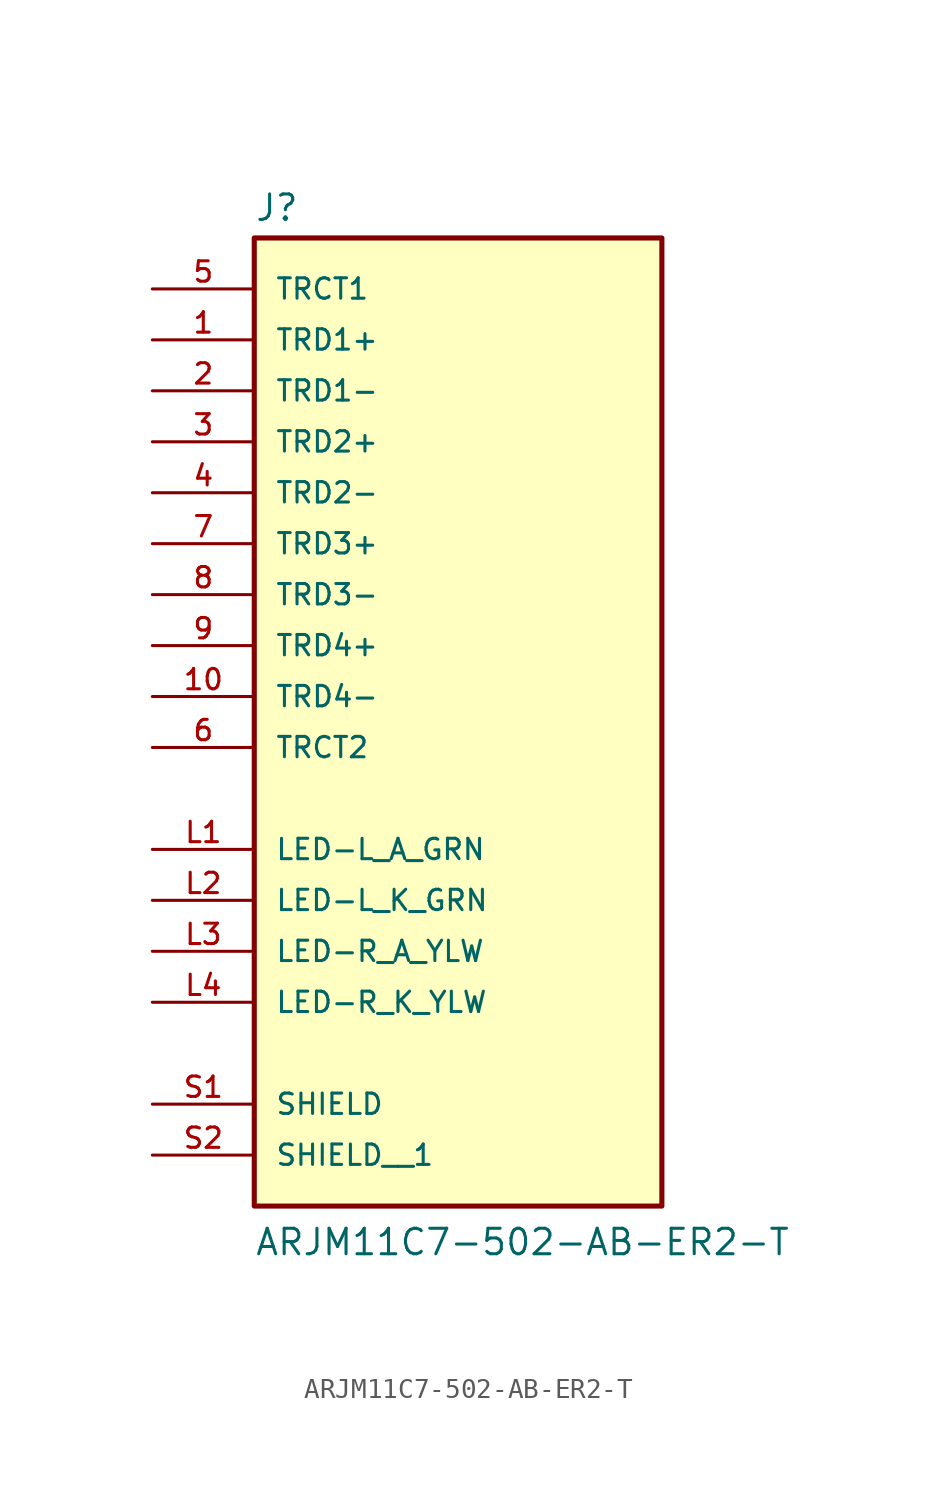
<source format=kicad_sym>
(kicad_symbol_lib
  (version 20211014)
  (generator kicad_symbol_editor)
  (symbol "ARJM11C7-502-AB-ER2-T"
    (pin_names
      (offset 1.016))
    (property "Reference" "J"
      (at -10.16 23.622 0)
      (effects (font (size 1.27 1.27)) (justify bottom left)))
    (property "Value" "ARJM11C7-502-AB-ER2-T"
      (at -10.16 -27.94 0)
      (effects (font (size 1.27 1.27)) (justify bottom left)))
    (symbol "ARJM11C7-502-AB-ER2-T_0_0"
      (rectangle (start -10.16 -25.4) (end 10.16 22.86) (stroke (width 0.254)) (fill (type background)))
      (pin passive line (at -15.24 20.32 0) (length 5.08) (name "TRCT1" (effects (font (size 1.016 1.016)))) (number "5" (effects (font (size 1.016 1.016)))))
      (pin passive line (at -15.24 17.78 0) (length 5.08) (name "TRD1+" (effects (font (size 1.016 1.016)))) (number "1" (effects (font (size 1.016 1.016)))))
      (pin passive line (at -15.24 15.24 0) (length 5.08) (name "TRD1-" (effects (font (size 1.016 1.016)))) (number "2" (effects (font (size 1.016 1.016)))))
      (pin passive line (at -15.24 12.7 0) (length 5.08) (name "TRD2+" (effects (font (size 1.016 1.016)))) (number "3" (effects (font (size 1.016 1.016)))))
      (pin passive line (at -15.24 10.16 0) (length 5.08) (name "TRD2-" (effects (font (size 1.016 1.016)))) (number "4" (effects (font (size 1.016 1.016)))))
      (pin passive line (at -15.24 7.62 0) (length 5.08) (name "TRD3+" (effects (font (size 1.016 1.016)))) (number "7" (effects (font (size 1.016 1.016)))))
      (pin passive line (at -15.24 5.08 0) (length 5.08) (name "TRD3-" (effects (font (size 1.016 1.016)))) (number "8" (effects (font (size 1.016 1.016)))))
      (pin passive line (at -15.24 2.54 0) (length 5.08) (name "TRD4+" (effects (font (size 1.016 1.016)))) (number "9" (effects (font (size 1.016 1.016)))))
      (pin passive line (at -15.24 0.0 0) (length 5.08) (name "TRD4-" (effects (font (size 1.016 1.016)))) (number "10" (effects (font (size 1.016 1.016)))))
      (pin passive line (at -15.24 -2.54 0) (length 5.08) (name "TRCT2" (effects (font (size 1.016 1.016)))) (number "6" (effects (font (size 1.016 1.016)))))
      (pin passive line (at -15.24 -20.32 0) (length 5.08) (name "SHIELD" (effects (font (size 1.016 1.016)))) (number "S1" (effects (font (size 1.016 1.016)))))
      (pin passive line (at -15.24 -7.62 0) (length 5.08) (name "LED-L_A_GRN" (effects (font (size 1.016 1.016)))) (number "L1" (effects (font (size 1.016 1.016)))))
      (pin passive line (at -15.24 -10.16 0) (length 5.08) (name "LED-L_K_GRN" (effects (font (size 1.016 1.016)))) (number "L2" (effects (font (size 1.016 1.016)))))
      (pin passive line (at -15.24 -12.7 0) (length 5.08) (name "LED-R_A_YLW" (effects (font (size 1.016 1.016)))) (number "L3" (effects (font (size 1.016 1.016)))))
      (pin passive line (at -15.24 -15.24 0) (length 5.08) (name "LED-R_K_YLW" (effects (font (size 1.016 1.016)))) (number "L4" (effects (font (size 1.016 1.016)))))
      (pin passive line (at -15.24 -22.86 0) (length 5.08) (name "SHIELD__1" (effects (font (size 1.016 1.016)))) (number "S2" (effects (font (size 1.016 1.016))))))))
</source>
